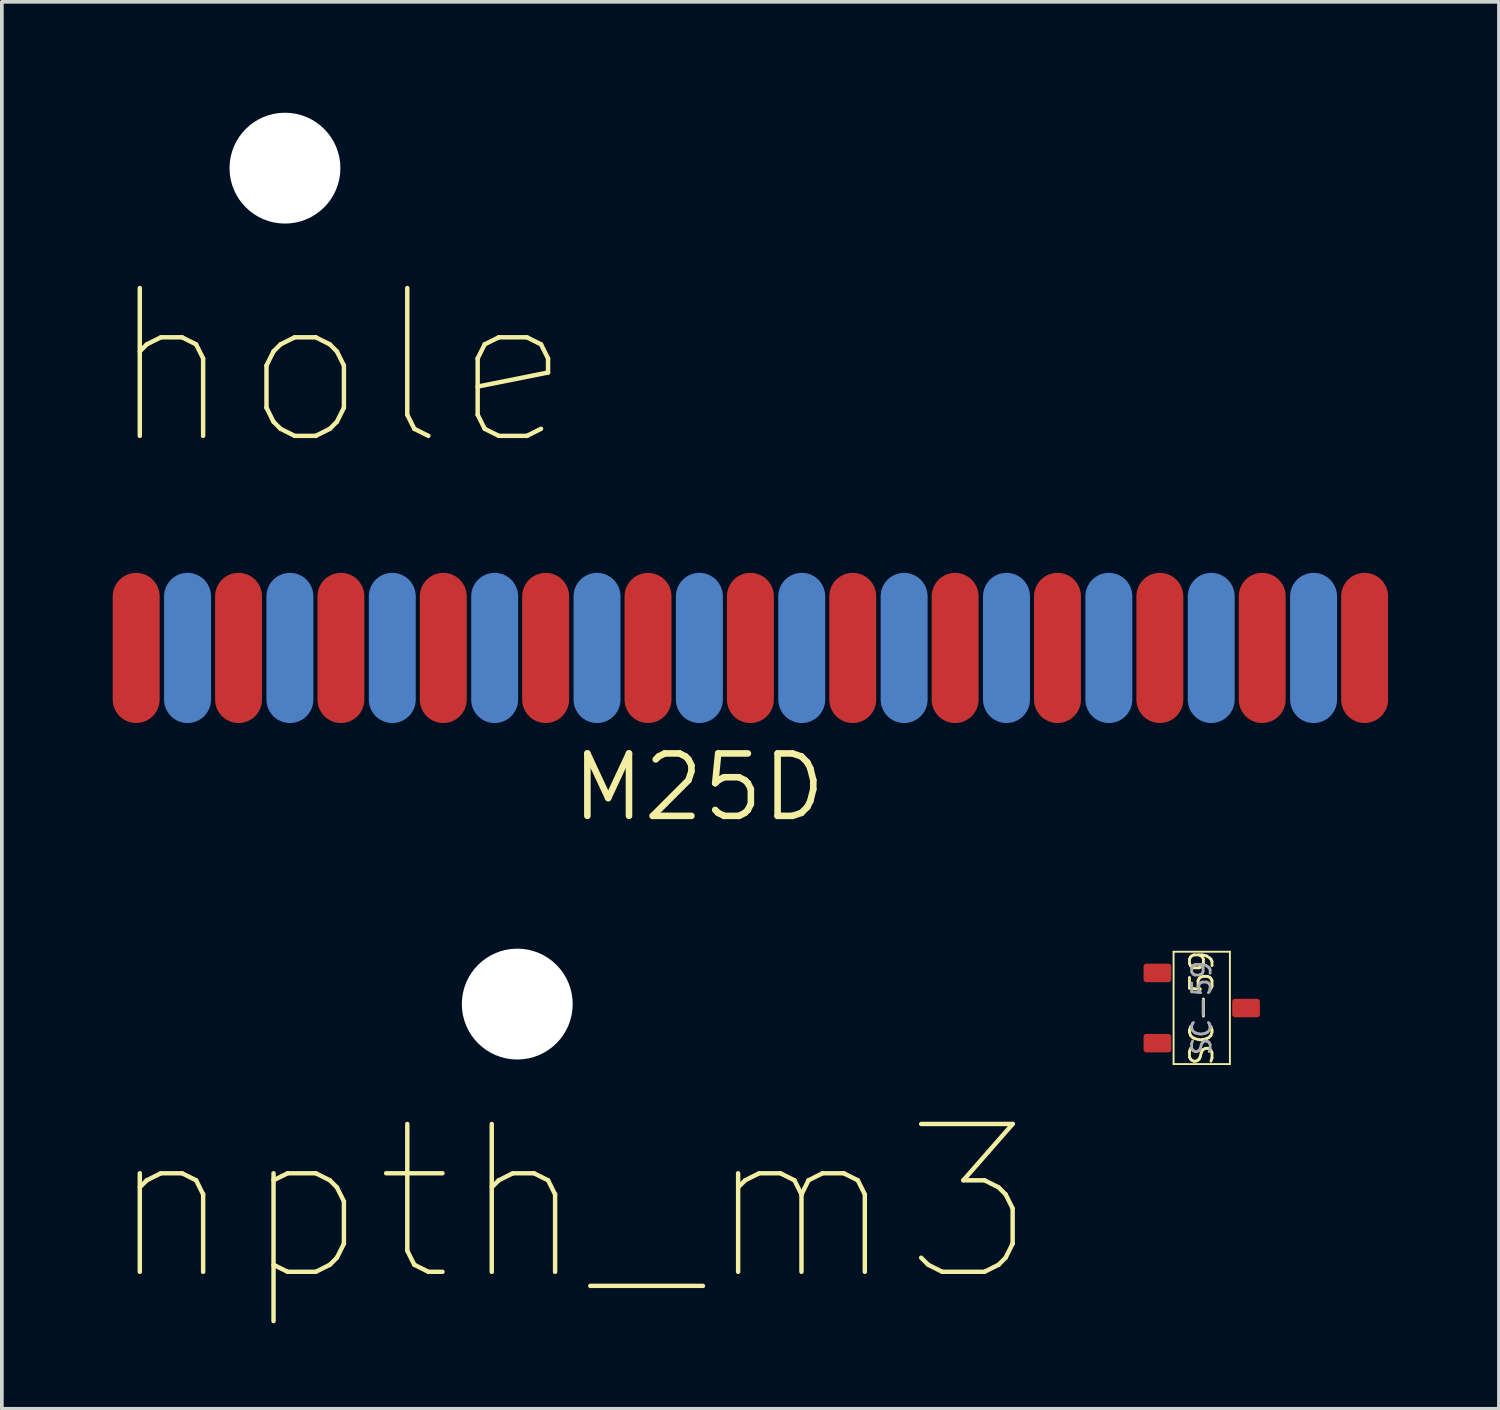
<source format=kicad_pcb>
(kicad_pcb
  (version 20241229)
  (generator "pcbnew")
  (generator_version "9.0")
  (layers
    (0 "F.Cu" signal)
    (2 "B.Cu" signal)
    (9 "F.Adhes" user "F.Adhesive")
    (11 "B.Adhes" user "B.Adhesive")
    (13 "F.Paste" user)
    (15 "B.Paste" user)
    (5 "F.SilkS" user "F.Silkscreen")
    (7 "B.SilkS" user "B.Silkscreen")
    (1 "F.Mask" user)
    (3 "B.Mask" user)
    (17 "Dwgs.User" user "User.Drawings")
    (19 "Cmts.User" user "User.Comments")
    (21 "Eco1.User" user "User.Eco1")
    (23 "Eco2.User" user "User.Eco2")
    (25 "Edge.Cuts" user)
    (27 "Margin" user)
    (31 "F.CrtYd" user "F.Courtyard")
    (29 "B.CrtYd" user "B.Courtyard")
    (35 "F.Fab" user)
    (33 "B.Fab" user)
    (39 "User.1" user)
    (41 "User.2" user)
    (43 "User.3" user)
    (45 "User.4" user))
  (footprint "SC-59"
    (layer "F.Cu")
    (at 29.468 24.227)
    (property "Reference" "SC-59" (at 0 0 90) (unlocked yes) (layer "F.SilkS") (effects (font (size 0.61 0.61) (thickness 0.076))))
    (attr smd)
    (fp_line (start -0.762 -1.524) (end -0.762 1.516) (stroke (width 0.051) (type solid)) (layer "F.SilkS"))
    (fp_line (start -0.762 -1.524) (end 0.762 -1.524) (stroke (width 0.051) (type solid)) (layer "F.SilkS"))
    (fp_line (start -0.762 1.516) (end 0.762 1.516) (stroke (width 0.051) (type solid)) (layer "F.SilkS"))
    (fp_line (start 0.762 -1.524) (end 0.762 1.516) (stroke (width 0.051) (type solid)) (layer "F.SilkS"))
    (fp_text user "${REFERENCE}" (at 0 0 90) (layer "F.Fab") (effects (font (size 0.5 0.5) (thickness 0.075))))
    (pad "1" smd roundrect (at -1.2 -0.95) (size 0.75 0.5) (layers "F.Cu" "F.Mask" "F.Paste") (roundrect_rratio 0.15))
    (pad "2" smd roundrect (at -1.2 0.95) (size 0.75 0.5) (layers "F.Cu" "F.Mask" "F.Paste") (roundrect_rratio 0.15))
    (pad "3" smd roundrect (at 1.2 0) (size 0.75 0.5) (layers "F.Cu" "F.Mask" "F.Paste") (roundrect_rratio 0.15)))
  (footprint "hole"
    (layer "F.Cu")
    (at 4.661 1.5)
    (property "Reference" "hole" (at 1.5 5.4 0) (unlocked yes) (layer "F.SilkS") (effects (font (size 4 4) (thickness 0.12))))
    (attr through_hole)
    (pad "" np_thru_hole circle (at 0 0) (size 3 3) (drill 3) (layers "*.Cu" "*.Mask")))
  (footprint "M25D"
    (layer "F.Cu")
    (at 17.255 14.483)
    (property "Reference" "M25D" (at -4.93 4.76 0) (layer "F.SilkS") (effects (font (size 1.689 1.689) (thickness 0.178)) (justify left bottom)))
    (attr through_hole)
    (pad "1" smd oval (at 16.62 0) (size 1.27 4.064) (layers "F.Cu" "F.Mask" "F.Paste"))
    (pad "2" smd oval (at 13.85 0) (size 1.27 4.064) (layers "F.Cu" "F.Mask" "F.Paste"))
    (pad "3" smd oval (at 11.08 0) (size 1.27 4.064) (layers "F.Cu" "F.Mask" "F.Paste"))
    (pad "4" smd oval (at 8.31 0) (size 1.27 4.064) (layers "F.Cu" "F.Mask" "F.Paste"))
    (pad "5" smd oval (at 5.54 0) (size 1.27 4.064) (layers "F.Cu" "F.Mask" "F.Paste"))
    (pad "6" smd oval (at 2.77 0) (size 1.27 4.064) (layers "F.Cu" "F.Mask" "F.Paste"))
    (pad "7" smd oval (at 0 0) (size 1.27 4.064) (layers "F.Cu" "F.Mask" "F.Paste"))
    (pad "8" smd oval (at -2.77 0) (size 1.27 4.064) (layers "F.Cu" "F.Mask" "F.Paste"))
    (pad "9" smd oval (at -5.54 0) (size 1.27 4.064) (layers "F.Cu" "F.Mask" "F.Paste"))
    (pad "10" smd oval (at -8.31 0) (size 1.27 4.064) (layers "F.Cu" "F.Mask" "F.Paste"))
    (pad "11" smd oval (at -11.08 0) (size 1.27 4.064) (layers "F.Cu" "F.Mask" "F.Paste"))
    (pad "12" smd oval (at -13.85 0) (size 1.27 4.064) (layers "F.Cu" "F.Mask" "F.Paste"))
    (pad "13" smd oval (at -16.62 0) (size 1.27 4.064) (layers "F.Cu" "F.Mask" "F.Paste"))
    (pad "14" smd oval (at 15.24 0) (size 1.27 4.064) (layers "B.Cu" "B.Mask" "B.Paste"))
    (pad "15" smd oval (at 12.47 0) (size 1.27 4.064) (layers "B.Cu" "B.Mask" "B.Paste"))
    (pad "16" smd oval (at 9.7 0) (size 1.27 4.064) (layers "B.Cu" "B.Mask" "B.Paste"))
    (pad "17" smd oval (at 6.93 0) (size 1.27 4.064) (layers "B.Cu" "B.Mask" "B.Paste"))
    (pad "18" smd oval (at 4.16 0) (size 1.27 4.064) (layers "B.Cu" "B.Mask" "B.Paste"))
    (pad "19" smd oval (at 1.39 0) (size 1.27 4.064) (layers "B.Cu" "B.Mask" "B.Paste"))
    (pad "20" smd oval (at -1.38 0) (size 1.27 4.064) (layers "B.Cu" "B.Mask" "B.Paste"))
    (pad "21" smd oval (at -4.15 0) (size 1.27 4.064) (layers "B.Cu" "B.Mask" "B.Paste"))
    (pad "22" smd oval (at -6.92 0) (size 1.27 4.064) (layers "B.Cu" "B.Mask" "B.Paste"))
    (pad "23" smd oval (at -9.69 0) (size 1.27 4.064) (layers "B.Cu" "B.Mask" "B.Paste"))
    (pad "24" smd oval (at -12.46 0) (size 1.27 4.064) (layers "B.Cu" "B.Mask" "B.Paste"))
    (pad "25" smd oval (at -15.23 0) (size 1.27 4.064) (layers "B.Cu" "B.Mask" "B.Paste")))
  (footprint "npth_m3"
    (layer "F.Cu")
    (at 10.947 24.12)
    (property "Reference" "npth_m3" (at 1.5 5.4 0) (unlocked yes) (layer "F.SilkS") (effects (font (size 4 4) (thickness 0.12))))
    (attr through_hole)
    (pad "" np_thru_hole circle (at 0 0) (size 3 3) (drill 3) (layers "*.Cu" "*.Mask")))
  (gr_rect
    (start -3 -3)
    (end 37.51 35.071)
    (stroke (width 0.1) (type default))
    (fill no)
    (layer "Edge.Cuts")))
</source>
